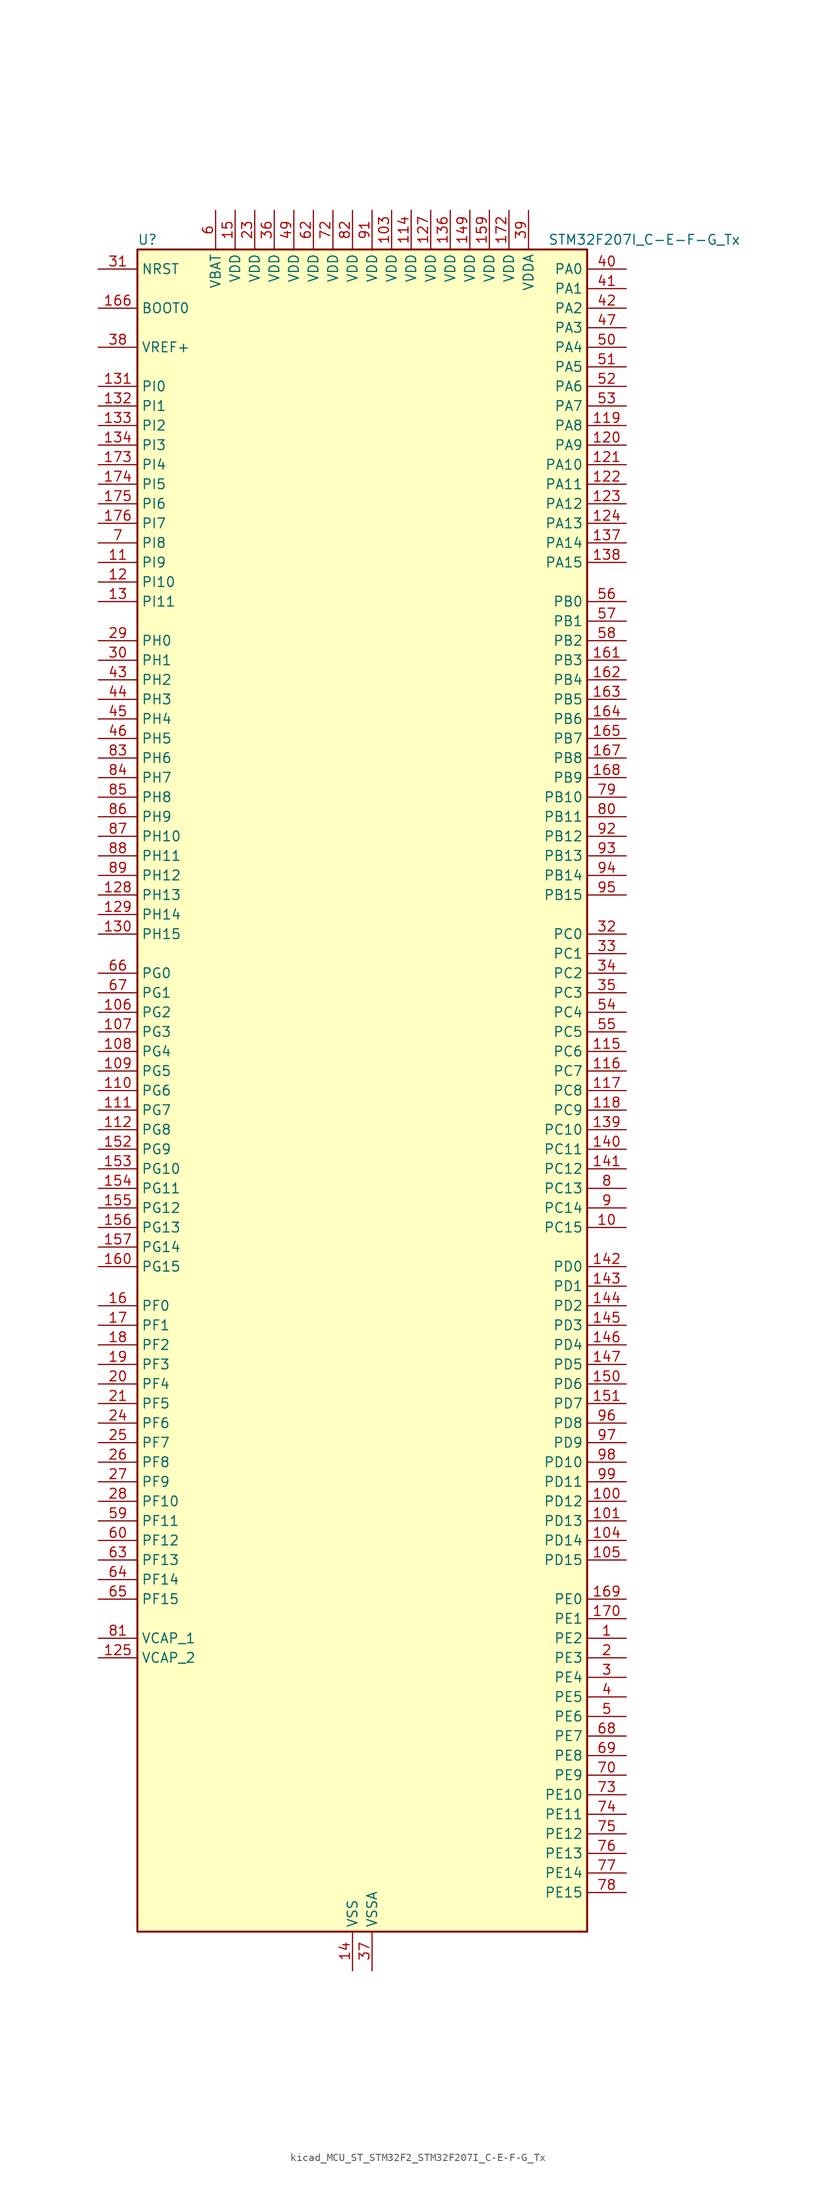
<source format=kicad_sym>
(kicad_symbol_lib
  (version 20220914)
  (generator kicad_symbol_editor)
  (symbol "kicad_MCU_ST_STM32F2_STM32F207I_C-E-F-G_Tx"
    (property "Reference" "U"
      (at -27.94 110.49 0)
      (effects (font (size 1.27 1.27)) (justify left)))
    (property "Value" "STM32F207I_C-E-F-G_Tx"
      (at 25.4 110.49 0)
      (effects (font (size 1.27 1.27)) (justify left)))
    (property "ki_locked" ""
      (at 0 0 0)
      (effects (font (size 1.27 1.27))))
    (symbol "kicad_MCU_ST_STM32F2_STM32F207I_C-E-F-G_Tx_0_1"
      (rectangle (start -27.94 -109.22) (end 30.48 109.22) (stroke (width 0.254) (type default)) (fill (type background))))
    (symbol "kicad_MCU_ST_STM32F2_STM32F207I_C-E-F-G_Tx_1_1"
      (pin bidirectional line (at 35.56 -71.12 180) (length 5.08) (name "PE2" (effects (font (size 1.27 1.27)))) (number "1" (effects (font (size 1.27 1.27)))) (alternate "ETH_TXD3" bidirectional line) (alternate "FSMC_A23" bidirectional line) (alternate "SYS_TRACECLK" bidirectional line))
      (pin bidirectional line (at 35.56 -17.78 180) (length 5.08) (name "PC15" (effects (font (size 1.27 1.27)))) (number "10" (effects (font (size 1.27 1.27)))) (alternate "ADC1_EXTI15" bidirectional line) (alternate "ADC2_EXTI15" bidirectional line) (alternate "ADC3_EXTI15" bidirectional line) (alternate "RCC_OSC32_OUT" bidirectional line))
      (pin bidirectional line (at 35.56 -53.34 180) (length 5.08) (name "PD12" (effects (font (size 1.27 1.27)))) (number "100" (effects (font (size 1.27 1.27)))) (alternate "FSMC_A17" bidirectional line) (alternate "FSMC_ALE" bidirectional line) (alternate "TIM4_CH1" bidirectional line) (alternate "USART3_RTS" bidirectional line))
      (pin bidirectional line (at 35.56 -55.88 180) (length 5.08) (name "PD13" (effects (font (size 1.27 1.27)))) (number "101" (effects (font (size 1.27 1.27)))) (alternate "FSMC_A18" bidirectional line) (alternate "TIM4_CH2" bidirectional line))
      (pin passive line (at 0 -114.3 90) (length 5.08) hide (name "VSS" (effects (font (size 1.27 1.27)))) (number "102" (effects (font (size 1.27 1.27)))))
      (pin power_in line (at 5.08 114.3 270) (length 5.08) (name "VDD" (effects (font (size 1.27 1.27)))) (number "103" (effects (font (size 1.27 1.27)))))
      (pin bidirectional line (at 35.56 -58.42 180) (length 5.08) (name "PD14" (effects (font (size 1.27 1.27)))) (number "104" (effects (font (size 1.27 1.27)))) (alternate "FSMC_D0" bidirectional line) (alternate "FSMC_DA0" bidirectional line) (alternate "TIM4_CH3" bidirectional line))
      (pin bidirectional line (at 35.56 -60.96 180) (length 5.08) (name "PD15" (effects (font (size 1.27 1.27)))) (number "105" (effects (font (size 1.27 1.27)))) (alternate "ADC1_EXTI15" bidirectional line) (alternate "ADC2_EXTI15" bidirectional line) (alternate "ADC3_EXTI15" bidirectional line) (alternate "FSMC_D1" bidirectional line) (alternate "FSMC_DA1" bidirectional line) (alternate "TIM4_CH4" bidirectional line))
      (pin bidirectional line (at -33.02 10.16 0) (length 5.08) (name "PG2" (effects (font (size 1.27 1.27)))) (number "106" (effects (font (size 1.27 1.27)))) (alternate "FSMC_A12" bidirectional line))
      (pin bidirectional line (at -33.02 7.62 0) (length 5.08) (name "PG3" (effects (font (size 1.27 1.27)))) (number "107" (effects (font (size 1.27 1.27)))) (alternate "FSMC_A13" bidirectional line))
      (pin bidirectional line (at -33.02 5.08 0) (length 5.08) (name "PG4" (effects (font (size 1.27 1.27)))) (number "108" (effects (font (size 1.27 1.27)))) (alternate "FSMC_A14" bidirectional line))
      (pin bidirectional line (at -33.02 2.54 0) (length 5.08) (name "PG5" (effects (font (size 1.27 1.27)))) (number "109" (effects (font (size 1.27 1.27)))) (alternate "FSMC_A15" bidirectional line))
      (pin bidirectional line (at -33.02 68.58 0) (length 5.08) (name "PI9" (effects (font (size 1.27 1.27)))) (number "11" (effects (font (size 1.27 1.27)))) (alternate "CAN1_RX" bidirectional line) (alternate "DAC_EXTI9" bidirectional line))
      (pin bidirectional line (at -33.02 0 0) (length 5.08) (name "PG6" (effects (font (size 1.27 1.27)))) (number "110" (effects (font (size 1.27 1.27)))) (alternate "FSMC_INT2" bidirectional line))
      (pin bidirectional line (at -33.02 -2.54 0) (length 5.08) (name "PG7" (effects (font (size 1.27 1.27)))) (number "111" (effects (font (size 1.27 1.27)))) (alternate "FSMC_INT3" bidirectional line) (alternate "USART6_CK" bidirectional line))
      (pin bidirectional line (at -33.02 -5.08 0) (length 5.08) (name "PG8" (effects (font (size 1.27 1.27)))) (number "112" (effects (font (size 1.27 1.27)))) (alternate "ETH_PPS_OUT" bidirectional line) (alternate "USART6_RTS" bidirectional line))
      (pin passive line (at 0 -114.3 90) (length 5.08) hide (name "VSS" (effects (font (size 1.27 1.27)))) (number "113" (effects (font (size 1.27 1.27)))))
      (pin power_in line (at 7.62 114.3 270) (length 5.08) (name "VDD" (effects (font (size 1.27 1.27)))) (number "114" (effects (font (size 1.27 1.27)))))
      (pin bidirectional line (at 35.56 5.08 180) (length 5.08) (name "PC6" (effects (font (size 1.27 1.27)))) (number "115" (effects (font (size 1.27 1.27)))) (alternate "DCMI_D0" bidirectional line) (alternate "I2S2_MCK" bidirectional line) (alternate "SDIO_D6" bidirectional line) (alternate "TIM3_CH1" bidirectional line) (alternate "TIM8_CH1" bidirectional line) (alternate "USART6_TX" bidirectional line))
      (pin bidirectional line (at 35.56 2.54 180) (length 5.08) (name "PC7" (effects (font (size 1.27 1.27)))) (number "116" (effects (font (size 1.27 1.27)))) (alternate "DCMI_D1" bidirectional line) (alternate "I2S3_MCK" bidirectional line) (alternate "SDIO_D7" bidirectional line) (alternate "TIM3_CH2" bidirectional line) (alternate "TIM8_CH2" bidirectional line) (alternate "USART6_RX" bidirectional line))
      (pin bidirectional line (at 35.56 0 180) (length 5.08) (name "PC8" (effects (font (size 1.27 1.27)))) (number "117" (effects (font (size 1.27 1.27)))) (alternate "DCMI_D2" bidirectional line) (alternate "SDIO_D0" bidirectional line) (alternate "TIM3_CH3" bidirectional line) (alternate "TIM8_CH3" bidirectional line) (alternate "USART6_CK" bidirectional line))
      (pin bidirectional line (at 35.56 -2.54 180) (length 5.08) (name "PC9" (effects (font (size 1.27 1.27)))) (number "118" (effects (font (size 1.27 1.27)))) (alternate "DAC_EXTI9" bidirectional line) (alternate "DCMI_D3" bidirectional line) (alternate "I2C3_SDA" bidirectional line) (alternate "I2S_CKIN" bidirectional line) (alternate "RCC_MCO_2" bidirectional line) (alternate "SDIO_D1" bidirectional line) (alternate "TIM3_CH4" bidirectional line) (alternate "TIM8_CH4" bidirectional line))
      (pin bidirectional line (at 35.56 86.36 180) (length 5.08) (name "PA8" (effects (font (size 1.27 1.27)))) (number "119" (effects (font (size 1.27 1.27)))) (alternate "I2C3_SCL" bidirectional line) (alternate "RCC_MCO_1" bidirectional line) (alternate "TIM1_CH1" bidirectional line) (alternate "USART1_CK" bidirectional line) (alternate "USB_OTG_FS_SOF" bidirectional line))
      (pin bidirectional line (at -33.02 66.04 0) (length 5.08) (name "PI10" (effects (font (size 1.27 1.27)))) (number "12" (effects (font (size 1.27 1.27)))) (alternate "ETH_RX_ER" bidirectional line))
      (pin bidirectional line (at 35.56 83.82 180) (length 5.08) (name "PA9" (effects (font (size 1.27 1.27)))) (number "120" (effects (font (size 1.27 1.27)))) (alternate "DAC_EXTI9" bidirectional line) (alternate "DCMI_D0" bidirectional line) (alternate "I2C3_SMBA" bidirectional line) (alternate "TIM1_CH2" bidirectional line) (alternate "USART1_TX" bidirectional line) (alternate "USB_OTG_FS_VBUS" bidirectional line))
      (pin bidirectional line (at 35.56 81.28 180) (length 5.08) (name "PA10" (effects (font (size 1.27 1.27)))) (number "121" (effects (font (size 1.27 1.27)))) (alternate "DCMI_D1" bidirectional line) (alternate "TIM1_CH3" bidirectional line) (alternate "USART1_RX" bidirectional line) (alternate "USB_OTG_FS_ID" bidirectional line))
      (pin bidirectional line (at 35.56 78.74 180) (length 5.08) (name "PA11" (effects (font (size 1.27 1.27)))) (number "122" (effects (font (size 1.27 1.27)))) (alternate "ADC1_EXTI11" bidirectional line) (alternate "ADC2_EXTI11" bidirectional line) (alternate "ADC3_EXTI11" bidirectional line) (alternate "CAN1_RX" bidirectional line) (alternate "TIM1_CH4" bidirectional line) (alternate "USART1_CTS" bidirectional line) (alternate "USB_OTG_FS_DM" bidirectional line))
      (pin bidirectional line (at 35.56 76.2 180) (length 5.08) (name "PA12" (effects (font (size 1.27 1.27)))) (number "123" (effects (font (size 1.27 1.27)))) (alternate "CAN1_TX" bidirectional line) (alternate "TIM1_ETR" bidirectional line) (alternate "USART1_RTS" bidirectional line) (alternate "USB_OTG_FS_DP" bidirectional line))
      (pin bidirectional line (at 35.56 73.66 180) (length 5.08) (name "PA13" (effects (font (size 1.27 1.27)))) (number "124" (effects (font (size 1.27 1.27)))) (alternate "SYS_JTMS-SWDIO" bidirectional line))
      (pin power_out line (at -33.02 -73.66 0) (length 5.08) (name "VCAP_2" (effects (font (size 1.27 1.27)))) (number "125" (effects (font (size 1.27 1.27)))))
      (pin passive line (at 0 -114.3 90) (length 5.08) hide (name "VSS" (effects (font (size 1.27 1.27)))) (number "126" (effects (font (size 1.27 1.27)))))
      (pin power_in line (at 10.16 114.3 270) (length 5.08) (name "VDD" (effects (font (size 1.27 1.27)))) (number "127" (effects (font (size 1.27 1.27)))))
      (pin bidirectional line (at -33.02 25.4 0) (length 5.08) (name "PH13" (effects (font (size 1.27 1.27)))) (number "128" (effects (font (size 1.27 1.27)))) (alternate "CAN1_TX" bidirectional line) (alternate "TIM8_CH1N" bidirectional line))
      (pin bidirectional line (at -33.02 22.86 0) (length 5.08) (name "PH14" (effects (font (size 1.27 1.27)))) (number "129" (effects (font (size 1.27 1.27)))) (alternate "DCMI_D4" bidirectional line) (alternate "TIM8_CH2N" bidirectional line))
      (pin bidirectional line (at -33.02 63.5 0) (length 5.08) (name "PI11" (effects (font (size 1.27 1.27)))) (number "13" (effects (font (size 1.27 1.27)))) (alternate "ADC1_EXTI11" bidirectional line) (alternate "ADC2_EXTI11" bidirectional line) (alternate "ADC3_EXTI11" bidirectional line) (alternate "USB_OTG_HS_ULPI_DIR" bidirectional line))
      (pin bidirectional line (at -33.02 20.32 0) (length 5.08) (name "PH15" (effects (font (size 1.27 1.27)))) (number "130" (effects (font (size 1.27 1.27)))) (alternate "ADC1_EXTI15" bidirectional line) (alternate "ADC2_EXTI15" bidirectional line) (alternate "ADC3_EXTI15" bidirectional line) (alternate "DCMI_D11" bidirectional line) (alternate "TIM8_CH3N" bidirectional line))
      (pin bidirectional line (at -33.02 91.44 0) (length 5.08) (name "PI0" (effects (font (size 1.27 1.27)))) (number "131" (effects (font (size 1.27 1.27)))) (alternate "DCMI_D13" bidirectional line) (alternate "I2S2_WS" bidirectional line) (alternate "SPI2_NSS" bidirectional line) (alternate "TIM5_CH4" bidirectional line))
      (pin bidirectional line (at -33.02 88.9 0) (length 5.08) (name "PI1" (effects (font (size 1.27 1.27)))) (number "132" (effects (font (size 1.27 1.27)))) (alternate "DCMI_D8" bidirectional line) (alternate "I2S2_SCK" bidirectional line) (alternate "SPI2_SCK" bidirectional line))
      (pin bidirectional line (at -33.02 86.36 0) (length 5.08) (name "PI2" (effects (font (size 1.27 1.27)))) (number "133" (effects (font (size 1.27 1.27)))) (alternate "DCMI_D9" bidirectional line) (alternate "SPI2_MISO" bidirectional line) (alternate "TIM8_CH4" bidirectional line))
      (pin bidirectional line (at -33.02 83.82 0) (length 5.08) (name "PI3" (effects (font (size 1.27 1.27)))) (number "134" (effects (font (size 1.27 1.27)))) (alternate "DCMI_D10" bidirectional line) (alternate "I2S2_SD" bidirectional line) (alternate "SPI2_MOSI" bidirectional line) (alternate "TIM8_ETR" bidirectional line))
      (pin passive line (at 0 -114.3 90) (length 5.08) hide (name "VSS" (effects (font (size 1.27 1.27)))) (number "135" (effects (font (size 1.27 1.27)))))
      (pin power_in line (at 12.7 114.3 270) (length 5.08) (name "VDD" (effects (font (size 1.27 1.27)))) (number "136" (effects (font (size 1.27 1.27)))))
      (pin bidirectional line (at 35.56 71.12 180) (length 5.08) (name "PA14" (effects (font (size 1.27 1.27)))) (number "137" (effects (font (size 1.27 1.27)))) (alternate "SYS_JTCK-SWCLK" bidirectional line))
      (pin bidirectional line (at 35.56 68.58 180) (length 5.08) (name "PA15" (effects (font (size 1.27 1.27)))) (number "138" (effects (font (size 1.27 1.27)))) (alternate "ADC1_EXTI15" bidirectional line) (alternate "ADC2_EXTI15" bidirectional line) (alternate "ADC3_EXTI15" bidirectional line) (alternate "I2S3_WS" bidirectional line) (alternate "SPI1_NSS" bidirectional line) (alternate "SPI3_NSS" bidirectional line) (alternate "SYS_JTDI" bidirectional line) (alternate "TIM2_CH1" bidirectional line) (alternate "TIM2_ETR" bidirectional line))
      (pin bidirectional line (at 35.56 -5.08 180) (length 5.08) (name "PC10" (effects (font (size 1.27 1.27)))) (number "139" (effects (font (size 1.27 1.27)))) (alternate "DCMI_D8" bidirectional line) (alternate "I2S3_SCK" bidirectional line) (alternate "SDIO_D2" bidirectional line) (alternate "SPI3_SCK" bidirectional line) (alternate "UART4_TX" bidirectional line) (alternate "USART3_TX" bidirectional line))
      (pin power_in line (at 0 -114.3 90) (length 5.08) (name "VSS" (effects (font (size 1.27 1.27)))) (number "14" (effects (font (size 1.27 1.27)))))
      (pin bidirectional line (at 35.56 -7.62 180) (length 5.08) (name "PC11" (effects (font (size 1.27 1.27)))) (number "140" (effects (font (size 1.27 1.27)))) (alternate "ADC1_EXTI11" bidirectional line) (alternate "ADC2_EXTI11" bidirectional line) (alternate "ADC3_EXTI11" bidirectional line) (alternate "DCMI_D4" bidirectional line) (alternate "SDIO_D3" bidirectional line) (alternate "SPI3_MISO" bidirectional line) (alternate "UART4_RX" bidirectional line) (alternate "USART3_RX" bidirectional line))
      (pin bidirectional line (at 35.56 -10.16 180) (length 5.08) (name "PC12" (effects (font (size 1.27 1.27)))) (number "141" (effects (font (size 1.27 1.27)))) (alternate "DCMI_D9" bidirectional line) (alternate "I2S3_SD" bidirectional line) (alternate "SDIO_CK" bidirectional line) (alternate "SPI3_MOSI" bidirectional line) (alternate "UART5_TX" bidirectional line) (alternate "USART3_CK" bidirectional line))
      (pin bidirectional line (at 35.56 -22.86 180) (length 5.08) (name "PD0" (effects (font (size 1.27 1.27)))) (number "142" (effects (font (size 1.27 1.27)))) (alternate "CAN1_RX" bidirectional line) (alternate "FSMC_D2" bidirectional line) (alternate "FSMC_DA2" bidirectional line))
      (pin bidirectional line (at 35.56 -25.4 180) (length 5.08) (name "PD1" (effects (font (size 1.27 1.27)))) (number "143" (effects (font (size 1.27 1.27)))) (alternate "CAN1_TX" bidirectional line) (alternate "FSMC_D3" bidirectional line) (alternate "FSMC_DA3" bidirectional line))
      (pin bidirectional line (at 35.56 -27.94 180) (length 5.08) (name "PD2" (effects (font (size 1.27 1.27)))) (number "144" (effects (font (size 1.27 1.27)))) (alternate "DCMI_D11" bidirectional line) (alternate "SDIO_CMD" bidirectional line) (alternate "TIM3_ETR" bidirectional line) (alternate "UART5_RX" bidirectional line))
      (pin bidirectional line (at 35.56 -30.48 180) (length 5.08) (name "PD3" (effects (font (size 1.27 1.27)))) (number "145" (effects (font (size 1.27 1.27)))) (alternate "FSMC_CLK" bidirectional line) (alternate "USART2_CTS" bidirectional line))
      (pin bidirectional line (at 35.56 -33.02 180) (length 5.08) (name "PD4" (effects (font (size 1.27 1.27)))) (number "146" (effects (font (size 1.27 1.27)))) (alternate "FSMC_NOE" bidirectional line) (alternate "USART2_RTS" bidirectional line))
      (pin bidirectional line (at 35.56 -35.56 180) (length 5.08) (name "PD5" (effects (font (size 1.27 1.27)))) (number "147" (effects (font (size 1.27 1.27)))) (alternate "FSMC_NWE" bidirectional line) (alternate "USART2_TX" bidirectional line))
      (pin passive line (at 0 -114.3 90) (length 5.08) hide (name "VSS" (effects (font (size 1.27 1.27)))) (number "148" (effects (font (size 1.27 1.27)))))
      (pin power_in line (at 15.24 114.3 270) (length 5.08) (name "VDD" (effects (font (size 1.27 1.27)))) (number "149" (effects (font (size 1.27 1.27)))))
      (pin power_in line (at -15.24 114.3 270) (length 5.08) (name "VDD" (effects (font (size 1.27 1.27)))) (number "15" (effects (font (size 1.27 1.27)))))
      (pin bidirectional line (at 35.56 -38.1 180) (length 5.08) (name "PD6" (effects (font (size 1.27 1.27)))) (number "150" (effects (font (size 1.27 1.27)))) (alternate "FSMC_NWAIT" bidirectional line) (alternate "USART2_RX" bidirectional line))
      (pin bidirectional line (at 35.56 -40.64 180) (length 5.08) (name "PD7" (effects (font (size 1.27 1.27)))) (number "151" (effects (font (size 1.27 1.27)))) (alternate "FSMC_NCE2" bidirectional line) (alternate "FSMC_NE1" bidirectional line) (alternate "USART2_CK" bidirectional line))
      (pin bidirectional line (at -33.02 -7.62 0) (length 5.08) (name "PG9" (effects (font (size 1.27 1.27)))) (number "152" (effects (font (size 1.27 1.27)))) (alternate "DAC_EXTI9" bidirectional line) (alternate "FSMC_NCE3" bidirectional line) (alternate "FSMC_NE2" bidirectional line) (alternate "USART6_RX" bidirectional line))
      (pin bidirectional line (at -33.02 -10.16 0) (length 5.08) (name "PG10" (effects (font (size 1.27 1.27)))) (number "153" (effects (font (size 1.27 1.27)))) (alternate "FSMC_NCE4_1" bidirectional line) (alternate "FSMC_NE3" bidirectional line))
      (pin bidirectional line (at -33.02 -12.7 0) (length 5.08) (name "PG11" (effects (font (size 1.27 1.27)))) (number "154" (effects (font (size 1.27 1.27)))) (alternate "ADC1_EXTI11" bidirectional line) (alternate "ADC2_EXTI11" bidirectional line) (alternate "ADC3_EXTI11" bidirectional line) (alternate "ETH_TX_EN" bidirectional line) (alternate "FSMC_NCE4_2" bidirectional line))
      (pin bidirectional line (at -33.02 -15.24 0) (length 5.08) (name "PG12" (effects (font (size 1.27 1.27)))) (number "155" (effects (font (size 1.27 1.27)))) (alternate "FSMC_NE4" bidirectional line) (alternate "USART6_RTS" bidirectional line))
      (pin bidirectional line (at -33.02 -17.78 0) (length 5.08) (name "PG13" (effects (font (size 1.27 1.27)))) (number "156" (effects (font (size 1.27 1.27)))) (alternate "ETH_TXD0" bidirectional line) (alternate "FSMC_A24" bidirectional line) (alternate "USART6_CTS" bidirectional line))
      (pin bidirectional line (at -33.02 -20.32 0) (length 5.08) (name "PG14" (effects (font (size 1.27 1.27)))) (number "157" (effects (font (size 1.27 1.27)))) (alternate "ETH_TXD1" bidirectional line) (alternate "FSMC_A25" bidirectional line) (alternate "USART6_TX" bidirectional line))
      (pin passive line (at 0 -114.3 90) (length 5.08) hide (name "VSS" (effects (font (size 1.27 1.27)))) (number "158" (effects (font (size 1.27 1.27)))))
      (pin power_in line (at 17.78 114.3 270) (length 5.08) (name "VDD" (effects (font (size 1.27 1.27)))) (number "159" (effects (font (size 1.27 1.27)))))
      (pin bidirectional line (at -33.02 -27.94 0) (length 5.08) (name "PF0" (effects (font (size 1.27 1.27)))) (number "16" (effects (font (size 1.27 1.27)))) (alternate "FSMC_A0" bidirectional line) (alternate "I2C2_SDA" bidirectional line))
      (pin bidirectional line (at -33.02 -22.86 0) (length 5.08) (name "PG15" (effects (font (size 1.27 1.27)))) (number "160" (effects (font (size 1.27 1.27)))) (alternate "ADC1_EXTI15" bidirectional line) (alternate "ADC2_EXTI15" bidirectional line) (alternate "ADC3_EXTI15" bidirectional line) (alternate "DCMI_D13" bidirectional line) (alternate "USART6_CTS" bidirectional line))
      (pin bidirectional line (at 35.56 55.88 180) (length 5.08) (name "PB3" (effects (font (size 1.27 1.27)))) (number "161" (effects (font (size 1.27 1.27)))) (alternate "I2S3_SCK" bidirectional line) (alternate "SPI1_SCK" bidirectional line) (alternate "SPI3_SCK" bidirectional line) (alternate "SYS_JTDO-SWO" bidirectional line) (alternate "TIM2_CH2" bidirectional line))
      (pin bidirectional line (at 35.56 53.34 180) (length 5.08) (name "PB4" (effects (font (size 1.27 1.27)))) (number "162" (effects (font (size 1.27 1.27)))) (alternate "SPI1_MISO" bidirectional line) (alternate "SPI3_MISO" bidirectional line) (alternate "SYS_JTRST" bidirectional line) (alternate "TIM3_CH1" bidirectional line))
      (pin bidirectional line (at 35.56 50.8 180) (length 5.08) (name "PB5" (effects (font (size 1.27 1.27)))) (number "163" (effects (font (size 1.27 1.27)))) (alternate "CAN2_RX" bidirectional line) (alternate "DCMI_D10" bidirectional line) (alternate "ETH_PPS_OUT" bidirectional line) (alternate "I2C1_SMBA" bidirectional line) (alternate "I2S3_SD" bidirectional line) (alternate "SPI1_MOSI" bidirectional line) (alternate "SPI3_MOSI" bidirectional line) (alternate "TIM3_CH2" bidirectional line) (alternate "USB_OTG_HS_ULPI_D7" bidirectional line))
      (pin bidirectional line (at 35.56 48.26 180) (length 5.08) (name "PB6" (effects (font (size 1.27 1.27)))) (number "164" (effects (font (size 1.27 1.27)))) (alternate "CAN2_TX" bidirectional line) (alternate "DCMI_D5" bidirectional line) (alternate "I2C1_SCL" bidirectional line) (alternate "TIM4_CH1" bidirectional line) (alternate "USART1_TX" bidirectional line))
      (pin bidirectional line (at 35.56 45.72 180) (length 5.08) (name "PB7" (effects (font (size 1.27 1.27)))) (number "165" (effects (font (size 1.27 1.27)))) (alternate "DCMI_VSYNC" bidirectional line) (alternate "FSMC_NL" bidirectional line) (alternate "I2C1_SDA" bidirectional line) (alternate "TIM4_CH2" bidirectional line) (alternate "USART1_RX" bidirectional line))
      (pin input line (at -33.02 101.6 0) (length 5.08) (name "BOOT0" (effects (font (size 1.27 1.27)))) (number "166" (effects (font (size 1.27 1.27)))))
      (pin bidirectional line (at 35.56 43.18 180) (length 5.08) (name "PB8" (effects (font (size 1.27 1.27)))) (number "167" (effects (font (size 1.27 1.27)))) (alternate "CAN1_RX" bidirectional line) (alternate "DCMI_D6" bidirectional line) (alternate "ETH_TXD3" bidirectional line) (alternate "I2C1_SCL" bidirectional line) (alternate "SDIO_D4" bidirectional line) (alternate "TIM10_CH1" bidirectional line) (alternate "TIM4_CH3" bidirectional line))
      (pin bidirectional line (at 35.56 40.64 180) (length 5.08) (name "PB9" (effects (font (size 1.27 1.27)))) (number "168" (effects (font (size 1.27 1.27)))) (alternate "CAN1_TX" bidirectional line) (alternate "DAC_EXTI9" bidirectional line) (alternate "DCMI_D7" bidirectional line) (alternate "I2C1_SDA" bidirectional line) (alternate "I2S2_WS" bidirectional line) (alternate "SDIO_D5" bidirectional line) (alternate "SPI2_NSS" bidirectional line) (alternate "TIM11_CH1" bidirectional line) (alternate "TIM4_CH4" bidirectional line))
      (pin bidirectional line (at 35.56 -66.04 180) (length 5.08) (name "PE0" (effects (font (size 1.27 1.27)))) (number "169" (effects (font (size 1.27 1.27)))) (alternate "DCMI_D2" bidirectional line) (alternate "FSMC_NBL0" bidirectional line) (alternate "TIM4_ETR" bidirectional line))
      (pin bidirectional line (at -33.02 -30.48 0) (length 5.08) (name "PF1" (effects (font (size 1.27 1.27)))) (number "17" (effects (font (size 1.27 1.27)))) (alternate "FSMC_A1" bidirectional line) (alternate "I2C2_SCL" bidirectional line))
      (pin bidirectional line (at 35.56 -68.58 180) (length 5.08) (name "PE1" (effects (font (size 1.27 1.27)))) (number "170" (effects (font (size 1.27 1.27)))) (alternate "DCMI_D3" bidirectional line) (alternate "FSMC_NBL1" bidirectional line))
      (pin no_connect line (at -27.94 -109.22 0) (length 5.08) hide (name "RFU" (effects (font (size 1.27 1.27)))) (number "171" (effects (font (size 1.27 1.27)))))
      (pin power_in line (at 20.32 114.3 270) (length 5.08) (name "VDD" (effects (font (size 1.27 1.27)))) (number "172" (effects (font (size 1.27 1.27)))))
      (pin bidirectional line (at -33.02 81.28 0) (length 5.08) (name "PI4" (effects (font (size 1.27 1.27)))) (number "173" (effects (font (size 1.27 1.27)))) (alternate "DCMI_D5" bidirectional line) (alternate "TIM8_BKIN" bidirectional line))
      (pin bidirectional line (at -33.02 78.74 0) (length 5.08) (name "PI5" (effects (font (size 1.27 1.27)))) (number "174" (effects (font (size 1.27 1.27)))) (alternate "DCMI_VSYNC" bidirectional line) (alternate "TIM8_CH1" bidirectional line))
      (pin bidirectional line (at -33.02 76.2 0) (length 5.08) (name "PI6" (effects (font (size 1.27 1.27)))) (number "175" (effects (font (size 1.27 1.27)))) (alternate "DCMI_D6" bidirectional line) (alternate "TIM8_CH2" bidirectional line))
      (pin bidirectional line (at -33.02 73.66 0) (length 5.08) (name "PI7" (effects (font (size 1.27 1.27)))) (number "176" (effects (font (size 1.27 1.27)))) (alternate "DCMI_D7" bidirectional line) (alternate "TIM8_CH3" bidirectional line))
      (pin bidirectional line (at -33.02 -33.02 0) (length 5.08) (name "PF2" (effects (font (size 1.27 1.27)))) (number "18" (effects (font (size 1.27 1.27)))) (alternate "FSMC_A2" bidirectional line) (alternate "I2C2_SMBA" bidirectional line))
      (pin bidirectional line (at -33.02 -35.56 0) (length 5.08) (name "PF3" (effects (font (size 1.27 1.27)))) (number "19" (effects (font (size 1.27 1.27)))) (alternate "ADC3_IN9" bidirectional line) (alternate "FSMC_A3" bidirectional line))
      (pin bidirectional line (at 35.56 -73.66 180) (length 5.08) (name "PE3" (effects (font (size 1.27 1.27)))) (number "2" (effects (font (size 1.27 1.27)))) (alternate "FSMC_A19" bidirectional line) (alternate "SYS_TRACED0" bidirectional line))
      (pin bidirectional line (at -33.02 -38.1 0) (length 5.08) (name "PF4" (effects (font (size 1.27 1.27)))) (number "20" (effects (font (size 1.27 1.27)))) (alternate "ADC3_IN14" bidirectional line) (alternate "FSMC_A4" bidirectional line))
      (pin bidirectional line (at -33.02 -40.64 0) (length 5.08) (name "PF5" (effects (font (size 1.27 1.27)))) (number "21" (effects (font (size 1.27 1.27)))) (alternate "ADC3_IN15" bidirectional line) (alternate "FSMC_A5" bidirectional line))
      (pin passive line (at 0 -114.3 90) (length 5.08) hide (name "VSS" (effects (font (size 1.27 1.27)))) (number "22" (effects (font (size 1.27 1.27)))))
      (pin power_in line (at -12.7 114.3 270) (length 5.08) (name "VDD" (effects (font (size 1.27 1.27)))) (number "23" (effects (font (size 1.27 1.27)))))
      (pin bidirectional line (at -33.02 -43.18 0) (length 5.08) (name "PF6" (effects (font (size 1.27 1.27)))) (number "24" (effects (font (size 1.27 1.27)))) (alternate "ADC3_IN4" bidirectional line) (alternate "FSMC_NIORD" bidirectional line) (alternate "TIM10_CH1" bidirectional line))
      (pin bidirectional line (at -33.02 -45.72 0) (length 5.08) (name "PF7" (effects (font (size 1.27 1.27)))) (number "25" (effects (font (size 1.27 1.27)))) (alternate "ADC3_IN5" bidirectional line) (alternate "FSMC_NREG" bidirectional line) (alternate "TIM11_CH1" bidirectional line))
      (pin bidirectional line (at -33.02 -48.26 0) (length 5.08) (name "PF8" (effects (font (size 1.27 1.27)))) (number "26" (effects (font (size 1.27 1.27)))) (alternate "ADC3_IN6" bidirectional line) (alternate "FSMC_NIOWR" bidirectional line) (alternate "TIM13_CH1" bidirectional line))
      (pin bidirectional line (at -33.02 -50.8 0) (length 5.08) (name "PF9" (effects (font (size 1.27 1.27)))) (number "27" (effects (font (size 1.27 1.27)))) (alternate "ADC3_IN7" bidirectional line) (alternate "DAC_EXTI9" bidirectional line) (alternate "FSMC_CD" bidirectional line) (alternate "TIM14_CH1" bidirectional line))
      (pin bidirectional line (at -33.02 -53.34 0) (length 5.08) (name "PF10" (effects (font (size 1.27 1.27)))) (number "28" (effects (font (size 1.27 1.27)))) (alternate "ADC3_IN8" bidirectional line) (alternate "FSMC_INTR" bidirectional line))
      (pin bidirectional line (at -33.02 58.42 0) (length 5.08) (name "PH0" (effects (font (size 1.27 1.27)))) (number "29" (effects (font (size 1.27 1.27)))) (alternate "RCC_OSC_IN" bidirectional line))
      (pin bidirectional line (at 35.56 -76.2 180) (length 5.08) (name "PE4" (effects (font (size 1.27 1.27)))) (number "3" (effects (font (size 1.27 1.27)))) (alternate "DCMI_D4" bidirectional line) (alternate "FSMC_A20" bidirectional line) (alternate "SYS_TRACED1" bidirectional line))
      (pin bidirectional line (at -33.02 55.88 0) (length 5.08) (name "PH1" (effects (font (size 1.27 1.27)))) (number "30" (effects (font (size 1.27 1.27)))) (alternate "RCC_OSC_OUT" bidirectional line))
      (pin input line (at -33.02 106.68 0) (length 5.08) (name "NRST" (effects (font (size 1.27 1.27)))) (number "31" (effects (font (size 1.27 1.27)))))
      (pin bidirectional line (at 35.56 20.32 180) (length 5.08) (name "PC0" (effects (font (size 1.27 1.27)))) (number "32" (effects (font (size 1.27 1.27)))) (alternate "ADC1_IN10" bidirectional line) (alternate "ADC2_IN10" bidirectional line) (alternate "ADC3_IN10" bidirectional line) (alternate "USB_OTG_HS_ULPI_STP" bidirectional line))
      (pin bidirectional line (at 35.56 17.78 180) (length 5.08) (name "PC1" (effects (font (size 1.27 1.27)))) (number "33" (effects (font (size 1.27 1.27)))) (alternate "ADC1_IN11" bidirectional line) (alternate "ADC2_IN11" bidirectional line) (alternate "ADC3_IN11" bidirectional line) (alternate "ETH_MDC" bidirectional line))
      (pin bidirectional line (at 35.56 15.24 180) (length 5.08) (name "PC2" (effects (font (size 1.27 1.27)))) (number "34" (effects (font (size 1.27 1.27)))) (alternate "ADC1_IN12" bidirectional line) (alternate "ADC2_IN12" bidirectional line) (alternate "ADC3_IN12" bidirectional line) (alternate "ETH_TXD2" bidirectional line) (alternate "SPI2_MISO" bidirectional line) (alternate "USB_OTG_HS_ULPI_DIR" bidirectional line))
      (pin bidirectional line (at 35.56 12.7 180) (length 5.08) (name "PC3" (effects (font (size 1.27 1.27)))) (number "35" (effects (font (size 1.27 1.27)))) (alternate "ADC1_IN13" bidirectional line) (alternate "ADC2_IN13" bidirectional line) (alternate "ADC3_IN13" bidirectional line) (alternate "ETH_TX_CLK" bidirectional line) (alternate "I2S2_SD" bidirectional line) (alternate "SPI2_MOSI" bidirectional line) (alternate "USB_OTG_HS_ULPI_NXT" bidirectional line))
      (pin power_in line (at -10.16 114.3 270) (length 5.08) (name "VDD" (effects (font (size 1.27 1.27)))) (number "36" (effects (font (size 1.27 1.27)))))
      (pin power_in line (at 2.54 -114.3 90) (length 5.08) (name "VSSA" (effects (font (size 1.27 1.27)))) (number "37" (effects (font (size 1.27 1.27)))))
      (pin input line (at -33.02 96.52 0) (length 5.08) (name "VREF+" (effects (font (size 1.27 1.27)))) (number "38" (effects (font (size 1.27 1.27)))))
      (pin power_in line (at 22.86 114.3 270) (length 5.08) (name "VDDA" (effects (font (size 1.27 1.27)))) (number "39" (effects (font (size 1.27 1.27)))))
      (pin bidirectional line (at 35.56 -78.74 180) (length 5.08) (name "PE5" (effects (font (size 1.27 1.27)))) (number "4" (effects (font (size 1.27 1.27)))) (alternate "DCMI_D6" bidirectional line) (alternate "FSMC_A21" bidirectional line) (alternate "SYS_TRACED2" bidirectional line) (alternate "TIM9_CH1" bidirectional line))
      (pin bidirectional line (at 35.56 106.68 180) (length 5.08) (name "PA0" (effects (font (size 1.27 1.27)))) (number "40" (effects (font (size 1.27 1.27)))) (alternate "ADC1_IN0" bidirectional line) (alternate "ADC2_IN0" bidirectional line) (alternate "ADC3_IN0" bidirectional line) (alternate "ETH_CRS" bidirectional line) (alternate "SYS_WKUP" bidirectional line) (alternate "TIM2_CH1" bidirectional line) (alternate "TIM2_ETR" bidirectional line) (alternate "TIM5_CH1" bidirectional line) (alternate "TIM8_ETR" bidirectional line) (alternate "UART4_TX" bidirectional line) (alternate "USART2_CTS" bidirectional line))
      (pin bidirectional line (at 35.56 104.14 180) (length 5.08) (name "PA1" (effects (font (size 1.27 1.27)))) (number "41" (effects (font (size 1.27 1.27)))) (alternate "ADC1_IN1" bidirectional line) (alternate "ADC2_IN1" bidirectional line) (alternate "ADC3_IN1" bidirectional line) (alternate "ETH_REF_CLK" bidirectional line) (alternate "ETH_RX_CLK" bidirectional line) (alternate "TIM2_CH2" bidirectional line) (alternate "TIM5_CH2" bidirectional line) (alternate "UART4_RX" bidirectional line) (alternate "USART2_RTS" bidirectional line))
      (pin bidirectional line (at 35.56 101.6 180) (length 5.08) (name "PA2" (effects (font (size 1.27 1.27)))) (number "42" (effects (font (size 1.27 1.27)))) (alternate "ADC1_IN2" bidirectional line) (alternate "ADC2_IN2" bidirectional line) (alternate "ADC3_IN2" bidirectional line) (alternate "ETH_MDIO" bidirectional line) (alternate "TIM2_CH3" bidirectional line) (alternate "TIM5_CH3" bidirectional line) (alternate "TIM9_CH1" bidirectional line) (alternate "USART2_TX" bidirectional line))
      (pin bidirectional line (at -33.02 53.34 0) (length 5.08) (name "PH2" (effects (font (size 1.27 1.27)))) (number "43" (effects (font (size 1.27 1.27)))) (alternate "ETH_CRS" bidirectional line))
      (pin bidirectional line (at -33.02 50.8 0) (length 5.08) (name "PH3" (effects (font (size 1.27 1.27)))) (number "44" (effects (font (size 1.27 1.27)))) (alternate "ETH_COL" bidirectional line))
      (pin bidirectional line (at -33.02 48.26 0) (length 5.08) (name "PH4" (effects (font (size 1.27 1.27)))) (number "45" (effects (font (size 1.27 1.27)))) (alternate "I2C2_SCL" bidirectional line) (alternate "USB_OTG_HS_ULPI_NXT" bidirectional line))
      (pin bidirectional line (at -33.02 45.72 0) (length 5.08) (name "PH5" (effects (font (size 1.27 1.27)))) (number "46" (effects (font (size 1.27 1.27)))) (alternate "I2C2_SDA" bidirectional line))
      (pin bidirectional line (at 35.56 99.06 180) (length 5.08) (name "PA3" (effects (font (size 1.27 1.27)))) (number "47" (effects (font (size 1.27 1.27)))) (alternate "ADC1_IN3" bidirectional line) (alternate "ADC2_IN3" bidirectional line) (alternate "ADC3_IN3" bidirectional line) (alternate "ETH_COL" bidirectional line) (alternate "TIM2_CH4" bidirectional line) (alternate "TIM5_CH4" bidirectional line) (alternate "TIM9_CH2" bidirectional line) (alternate "USART2_RX" bidirectional line) (alternate "USB_OTG_HS_ULPI_D0" bidirectional line))
      (pin passive line (at 0 -114.3 90) (length 5.08) hide (name "VSS" (effects (font (size 1.27 1.27)))) (number "48" (effects (font (size 1.27 1.27)))))
      (pin power_in line (at -7.62 114.3 270) (length 5.08) (name "VDD" (effects (font (size 1.27 1.27)))) (number "49" (effects (font (size 1.27 1.27)))))
      (pin bidirectional line (at 35.56 -81.28 180) (length 5.08) (name "PE6" (effects (font (size 1.27 1.27)))) (number "5" (effects (font (size 1.27 1.27)))) (alternate "DCMI_D7" bidirectional line) (alternate "FSMC_A22" bidirectional line) (alternate "SYS_TRACED3" bidirectional line) (alternate "TIM9_CH2" bidirectional line))
      (pin bidirectional line (at 35.56 96.52 180) (length 5.08) (name "PA4" (effects (font (size 1.27 1.27)))) (number "50" (effects (font (size 1.27 1.27)))) (alternate "ADC1_IN4" bidirectional line) (alternate "ADC2_IN4" bidirectional line) (alternate "DAC_OUT1" bidirectional line) (alternate "DCMI_HSYNC" bidirectional line) (alternate "I2S3_WS" bidirectional line) (alternate "SPI1_NSS" bidirectional line) (alternate "SPI3_NSS" bidirectional line) (alternate "USART2_CK" bidirectional line) (alternate "USB_OTG_HS_SOF" bidirectional line))
      (pin bidirectional line (at 35.56 93.98 180) (length 5.08) (name "PA5" (effects (font (size 1.27 1.27)))) (number "51" (effects (font (size 1.27 1.27)))) (alternate "ADC1_IN5" bidirectional line) (alternate "ADC2_IN5" bidirectional line) (alternate "DAC_OUT2" bidirectional line) (alternate "SPI1_SCK" bidirectional line) (alternate "TIM2_CH1" bidirectional line) (alternate "TIM2_ETR" bidirectional line) (alternate "TIM8_CH1N" bidirectional line) (alternate "USB_OTG_HS_ULPI_CK" bidirectional line))
      (pin bidirectional line (at 35.56 91.44 180) (length 5.08) (name "PA6" (effects (font (size 1.27 1.27)))) (number "52" (effects (font (size 1.27 1.27)))) (alternate "ADC1_IN6" bidirectional line) (alternate "ADC2_IN6" bidirectional line) (alternate "DCMI_PIXCLK" bidirectional line) (alternate "SPI1_MISO" bidirectional line) (alternate "TIM13_CH1" bidirectional line) (alternate "TIM1_BKIN" bidirectional line) (alternate "TIM3_CH1" bidirectional line) (alternate "TIM8_BKIN" bidirectional line))
      (pin bidirectional line (at 35.56 88.9 180) (length 5.08) (name "PA7" (effects (font (size 1.27 1.27)))) (number "53" (effects (font (size 1.27 1.27)))) (alternate "ADC1_IN7" bidirectional line) (alternate "ADC2_IN7" bidirectional line) (alternate "ETH_CRS_DV" bidirectional line) (alternate "ETH_RX_DV" bidirectional line) (alternate "SPI1_MOSI" bidirectional line) (alternate "TIM14_CH1" bidirectional line) (alternate "TIM1_CH1N" bidirectional line) (alternate "TIM3_CH2" bidirectional line) (alternate "TIM8_CH1N" bidirectional line))
      (pin bidirectional line (at 35.56 10.16 180) (length 5.08) (name "PC4" (effects (font (size 1.27 1.27)))) (number "54" (effects (font (size 1.27 1.27)))) (alternate "ADC1_IN14" bidirectional line) (alternate "ADC2_IN14" bidirectional line) (alternate "ETH_RXD0" bidirectional line))
      (pin bidirectional line (at 35.56 7.62 180) (length 5.08) (name "PC5" (effects (font (size 1.27 1.27)))) (number "55" (effects (font (size 1.27 1.27)))) (alternate "ADC1_IN15" bidirectional line) (alternate "ADC2_IN15" bidirectional line) (alternate "ETH_RXD1" bidirectional line))
      (pin bidirectional line (at 35.56 63.5 180) (length 5.08) (name "PB0" (effects (font (size 1.27 1.27)))) (number "56" (effects (font (size 1.27 1.27)))) (alternate "ADC1_IN8" bidirectional line) (alternate "ADC2_IN8" bidirectional line) (alternate "ETH_RXD2" bidirectional line) (alternate "TIM1_CH2N" bidirectional line) (alternate "TIM3_CH3" bidirectional line) (alternate "TIM8_CH2N" bidirectional line) (alternate "USB_OTG_HS_ULPI_D1" bidirectional line))
      (pin bidirectional line (at 35.56 60.96 180) (length 5.08) (name "PB1" (effects (font (size 1.27 1.27)))) (number "57" (effects (font (size 1.27 1.27)))) (alternate "ADC1_IN9" bidirectional line) (alternate "ADC2_IN9" bidirectional line) (alternate "ETH_RXD3" bidirectional line) (alternate "TIM1_CH3N" bidirectional line) (alternate "TIM3_CH4" bidirectional line) (alternate "TIM8_CH3N" bidirectional line) (alternate "USB_OTG_HS_ULPI_D2" bidirectional line))
      (pin bidirectional line (at 35.56 58.42 180) (length 5.08) (name "PB2" (effects (font (size 1.27 1.27)))) (number "58" (effects (font (size 1.27 1.27)))))
      (pin bidirectional line (at -33.02 -55.88 0) (length 5.08) (name "PF11" (effects (font (size 1.27 1.27)))) (number "59" (effects (font (size 1.27 1.27)))) (alternate "ADC1_EXTI11" bidirectional line) (alternate "ADC2_EXTI11" bidirectional line) (alternate "ADC3_EXTI11" bidirectional line) (alternate "DCMI_D12" bidirectional line))
      (pin power_in line (at -17.78 114.3 270) (length 5.08) (name "VBAT" (effects (font (size 1.27 1.27)))) (number "6" (effects (font (size 1.27 1.27)))))
      (pin bidirectional line (at -33.02 -58.42 0) (length 5.08) (name "PF12" (effects (font (size 1.27 1.27)))) (number "60" (effects (font (size 1.27 1.27)))) (alternate "FSMC_A6" bidirectional line))
      (pin passive line (at 0 -114.3 90) (length 5.08) hide (name "VSS" (effects (font (size 1.27 1.27)))) (number "61" (effects (font (size 1.27 1.27)))))
      (pin power_in line (at -5.08 114.3 270) (length 5.08) (name "VDD" (effects (font (size 1.27 1.27)))) (number "62" (effects (font (size 1.27 1.27)))))
      (pin bidirectional line (at -33.02 -60.96 0) (length 5.08) (name "PF13" (effects (font (size 1.27 1.27)))) (number "63" (effects (font (size 1.27 1.27)))) (alternate "FSMC_A7" bidirectional line))
      (pin bidirectional line (at -33.02 -63.5 0) (length 5.08) (name "PF14" (effects (font (size 1.27 1.27)))) (number "64" (effects (font (size 1.27 1.27)))) (alternate "FSMC_A8" bidirectional line))
      (pin bidirectional line (at -33.02 -66.04 0) (length 5.08) (name "PF15" (effects (font (size 1.27 1.27)))) (number "65" (effects (font (size 1.27 1.27)))) (alternate "ADC1_EXTI15" bidirectional line) (alternate "ADC2_EXTI15" bidirectional line) (alternate "ADC3_EXTI15" bidirectional line) (alternate "FSMC_A9" bidirectional line))
      (pin bidirectional line (at -33.02 15.24 0) (length 5.08) (name "PG0" (effects (font (size 1.27 1.27)))) (number "66" (effects (font (size 1.27 1.27)))) (alternate "FSMC_A10" bidirectional line))
      (pin bidirectional line (at -33.02 12.7 0) (length 5.08) (name "PG1" (effects (font (size 1.27 1.27)))) (number "67" (effects (font (size 1.27 1.27)))) (alternate "FSMC_A11" bidirectional line))
      (pin bidirectional line (at 35.56 -83.82 180) (length 5.08) (name "PE7" (effects (font (size 1.27 1.27)))) (number "68" (effects (font (size 1.27 1.27)))) (alternate "FSMC_D4" bidirectional line) (alternate "FSMC_DA4" bidirectional line) (alternate "TIM1_ETR" bidirectional line))
      (pin bidirectional line (at 35.56 -86.36 180) (length 5.08) (name "PE8" (effects (font (size 1.27 1.27)))) (number "69" (effects (font (size 1.27 1.27)))) (alternate "FSMC_D5" bidirectional line) (alternate "FSMC_DA5" bidirectional line) (alternate "TIM1_CH1N" bidirectional line))
      (pin bidirectional line (at -33.02 71.12 0) (length 5.08) (name "PI8" (effects (font (size 1.27 1.27)))) (number "7" (effects (font (size 1.27 1.27)))) (alternate "RTC_AF2" bidirectional line))
      (pin bidirectional line (at 35.56 -88.9 180) (length 5.08) (name "PE9" (effects (font (size 1.27 1.27)))) (number "70" (effects (font (size 1.27 1.27)))) (alternate "DAC_EXTI9" bidirectional line) (alternate "FSMC_D6" bidirectional line) (alternate "FSMC_DA6" bidirectional line) (alternate "TIM1_CH1" bidirectional line))
      (pin passive line (at 0 -114.3 90) (length 5.08) hide (name "VSS" (effects (font (size 1.27 1.27)))) (number "71" (effects (font (size 1.27 1.27)))))
      (pin power_in line (at -2.54 114.3 270) (length 5.08) (name "VDD" (effects (font (size 1.27 1.27)))) (number "72" (effects (font (size 1.27 1.27)))))
      (pin bidirectional line (at 35.56 -91.44 180) (length 5.08) (name "PE10" (effects (font (size 1.27 1.27)))) (number "73" (effects (font (size 1.27 1.27)))) (alternate "FSMC_D7" bidirectional line) (alternate "FSMC_DA7" bidirectional line) (alternate "TIM1_CH2N" bidirectional line))
      (pin bidirectional line (at 35.56 -93.98 180) (length 5.08) (name "PE11" (effects (font (size 1.27 1.27)))) (number "74" (effects (font (size 1.27 1.27)))) (alternate "ADC1_EXTI11" bidirectional line) (alternate "ADC2_EXTI11" bidirectional line) (alternate "ADC3_EXTI11" bidirectional line) (alternate "FSMC_D8" bidirectional line) (alternate "FSMC_DA8" bidirectional line) (alternate "TIM1_CH2" bidirectional line))
      (pin bidirectional line (at 35.56 -96.52 180) (length 5.08) (name "PE12" (effects (font (size 1.27 1.27)))) (number "75" (effects (font (size 1.27 1.27)))) (alternate "FSMC_D9" bidirectional line) (alternate "FSMC_DA9" bidirectional line) (alternate "TIM1_CH3N" bidirectional line))
      (pin bidirectional line (at 35.56 -99.06 180) (length 5.08) (name "PE13" (effects (font (size 1.27 1.27)))) (number "76" (effects (font (size 1.27 1.27)))) (alternate "FSMC_D10" bidirectional line) (alternate "FSMC_DA10" bidirectional line) (alternate "TIM1_CH3" bidirectional line))
      (pin bidirectional line (at 35.56 -101.6 180) (length 5.08) (name "PE14" (effects (font (size 1.27 1.27)))) (number "77" (effects (font (size 1.27 1.27)))) (alternate "FSMC_D11" bidirectional line) (alternate "FSMC_DA11" bidirectional line) (alternate "TIM1_CH4" bidirectional line))
      (pin bidirectional line (at 35.56 -104.14 180) (length 5.08) (name "PE15" (effects (font (size 1.27 1.27)))) (number "78" (effects (font (size 1.27 1.27)))) (alternate "ADC1_EXTI15" bidirectional line) (alternate "ADC2_EXTI15" bidirectional line) (alternate "ADC3_EXTI15" bidirectional line) (alternate "FSMC_D12" bidirectional line) (alternate "FSMC_DA12" bidirectional line) (alternate "TIM1_BKIN" bidirectional line))
      (pin bidirectional line (at 35.56 38.1 180) (length 5.08) (name "PB10" (effects (font (size 1.27 1.27)))) (number "79" (effects (font (size 1.27 1.27)))) (alternate "ETH_RX_ER" bidirectional line) (alternate "I2C2_SCL" bidirectional line) (alternate "I2S2_SCK" bidirectional line) (alternate "SPI2_SCK" bidirectional line) (alternate "TIM2_CH3" bidirectional line) (alternate "USART3_TX" bidirectional line) (alternate "USB_OTG_HS_ULPI_D3" bidirectional line))
      (pin bidirectional line (at 35.56 -12.7 180) (length 5.08) (name "PC13" (effects (font (size 1.27 1.27)))) (number "8" (effects (font (size 1.27 1.27)))) (alternate "RTC_AF1" bidirectional line))
      (pin bidirectional line (at 35.56 35.56 180) (length 5.08) (name "PB11" (effects (font (size 1.27 1.27)))) (number "80" (effects (font (size 1.27 1.27)))) (alternate "ADC1_EXTI11" bidirectional line) (alternate "ADC2_EXTI11" bidirectional line) (alternate "ADC3_EXTI11" bidirectional line) (alternate "ETH_TX_EN" bidirectional line) (alternate "I2C2_SDA" bidirectional line) (alternate "TIM2_CH4" bidirectional line) (alternate "USART3_RX" bidirectional line) (alternate "USB_OTG_HS_ULPI_D4" bidirectional line))
      (pin power_out line (at -33.02 -71.12 0) (length 5.08) (name "VCAP_1" (effects (font (size 1.27 1.27)))) (number "81" (effects (font (size 1.27 1.27)))))
      (pin power_in line (at 0 114.3 270) (length 5.08) (name "VDD" (effects (font (size 1.27 1.27)))) (number "82" (effects (font (size 1.27 1.27)))))
      (pin bidirectional line (at -33.02 43.18 0) (length 5.08) (name "PH6" (effects (font (size 1.27 1.27)))) (number "83" (effects (font (size 1.27 1.27)))) (alternate "ETH_RXD2" bidirectional line) (alternate "I2C2_SMBA" bidirectional line) (alternate "TIM12_CH1" bidirectional line))
      (pin bidirectional line (at -33.02 40.64 0) (length 5.08) (name "PH7" (effects (font (size 1.27 1.27)))) (number "84" (effects (font (size 1.27 1.27)))) (alternate "ETH_RXD3" bidirectional line) (alternate "I2C3_SCL" bidirectional line))
      (pin bidirectional line (at -33.02 38.1 0) (length 5.08) (name "PH8" (effects (font (size 1.27 1.27)))) (number "85" (effects (font (size 1.27 1.27)))) (alternate "DCMI_HSYNC" bidirectional line) (alternate "I2C3_SDA" bidirectional line))
      (pin bidirectional line (at -33.02 35.56 0) (length 5.08) (name "PH9" (effects (font (size 1.27 1.27)))) (number "86" (effects (font (size 1.27 1.27)))) (alternate "DAC_EXTI9" bidirectional line) (alternate "DCMI_D0" bidirectional line) (alternate "I2C3_SMBA" bidirectional line) (alternate "TIM12_CH2" bidirectional line))
      (pin bidirectional line (at -33.02 33.02 0) (length 5.08) (name "PH10" (effects (font (size 1.27 1.27)))) (number "87" (effects (font (size 1.27 1.27)))) (alternate "DCMI_D1" bidirectional line) (alternate "TIM5_CH1" bidirectional line))
      (pin bidirectional line (at -33.02 30.48 0) (length 5.08) (name "PH11" (effects (font (size 1.27 1.27)))) (number "88" (effects (font (size 1.27 1.27)))) (alternate "ADC1_EXTI11" bidirectional line) (alternate "ADC2_EXTI11" bidirectional line) (alternate "ADC3_EXTI11" bidirectional line) (alternate "DCMI_D2" bidirectional line) (alternate "TIM5_CH2" bidirectional line))
      (pin bidirectional line (at -33.02 27.94 0) (length 5.08) (name "PH12" (effects (font (size 1.27 1.27)))) (number "89" (effects (font (size 1.27 1.27)))) (alternate "DCMI_D3" bidirectional line) (alternate "TIM5_CH3" bidirectional line))
      (pin bidirectional line (at 35.56 -15.24 180) (length 5.08) (name "PC14" (effects (font (size 1.27 1.27)))) (number "9" (effects (font (size 1.27 1.27)))) (alternate "RCC_OSC32_IN" bidirectional line))
      (pin passive line (at 0 -114.3 90) (length 5.08) hide (name "VSS" (effects (font (size 1.27 1.27)))) (number "90" (effects (font (size 1.27 1.27)))))
      (pin power_in line (at 2.54 114.3 270) (length 5.08) (name "VDD" (effects (font (size 1.27 1.27)))) (number "91" (effects (font (size 1.27 1.27)))))
      (pin bidirectional line (at 35.56 33.02 180) (length 5.08) (name "PB12" (effects (font (size 1.27 1.27)))) (number "92" (effects (font (size 1.27 1.27)))) (alternate "CAN2_RX" bidirectional line) (alternate "ETH_TXD0" bidirectional line) (alternate "I2C2_SMBA" bidirectional line) (alternate "I2S2_WS" bidirectional line) (alternate "SPI2_NSS" bidirectional line) (alternate "TIM1_BKIN" bidirectional line) (alternate "USART3_CK" bidirectional line) (alternate "USB_OTG_HS_ID" bidirectional line) (alternate "USB_OTG_HS_ULPI_D5" bidirectional line))
      (pin bidirectional line (at 35.56 30.48 180) (length 5.08) (name "PB13" (effects (font (size 1.27 1.27)))) (number "93" (effects (font (size 1.27 1.27)))) (alternate "CAN2_TX" bidirectional line) (alternate "ETH_TXD1" bidirectional line) (alternate "I2S2_SCK" bidirectional line) (alternate "SPI2_SCK" bidirectional line) (alternate "TIM1_CH1N" bidirectional line) (alternate "USART3_CTS" bidirectional line) (alternate "USB_OTG_HS_ULPI_D6" bidirectional line) (alternate "USB_OTG_HS_VBUS" bidirectional line))
      (pin bidirectional line (at 35.56 27.94 180) (length 5.08) (name "PB14" (effects (font (size 1.27 1.27)))) (number "94" (effects (font (size 1.27 1.27)))) (alternate "SPI2_MISO" bidirectional line) (alternate "TIM12_CH1" bidirectional line) (alternate "TIM1_CH2N" bidirectional line) (alternate "TIM8_CH2N" bidirectional line) (alternate "USART3_RTS" bidirectional line) (alternate "USB_OTG_HS_DM" bidirectional line))
      (pin bidirectional line (at 35.56 25.4 180) (length 5.08) (name "PB15" (effects (font (size 1.27 1.27)))) (number "95" (effects (font (size 1.27 1.27)))) (alternate "ADC1_EXTI15" bidirectional line) (alternate "ADC2_EXTI15" bidirectional line) (alternate "ADC3_EXTI15" bidirectional line) (alternate "I2S2_SD" bidirectional line) (alternate "RTC_REFIN" bidirectional line) (alternate "SPI2_MOSI" bidirectional line) (alternate "TIM12_CH2" bidirectional line) (alternate "TIM1_CH3N" bidirectional line) (alternate "TIM8_CH3N" bidirectional line) (alternate "USB_OTG_HS_DP" bidirectional line))
      (pin bidirectional line (at 35.56 -43.18 180) (length 5.08) (name "PD8" (effects (font (size 1.27 1.27)))) (number "96" (effects (font (size 1.27 1.27)))) (alternate "FSMC_D13" bidirectional line) (alternate "FSMC_DA13" bidirectional line) (alternate "USART3_TX" bidirectional line))
      (pin bidirectional line (at 35.56 -45.72 180) (length 5.08) (name "PD9" (effects (font (size 1.27 1.27)))) (number "97" (effects (font (size 1.27 1.27)))) (alternate "DAC_EXTI9" bidirectional line) (alternate "FSMC_D14" bidirectional line) (alternate "FSMC_DA14" bidirectional line) (alternate "USART3_RX" bidirectional line))
      (pin bidirectional line (at 35.56 -48.26 180) (length 5.08) (name "PD10" (effects (font (size 1.27 1.27)))) (number "98" (effects (font (size 1.27 1.27)))) (alternate "FSMC_D15" bidirectional line) (alternate "FSMC_DA15" bidirectional line) (alternate "USART3_CK" bidirectional line))
      (pin bidirectional line (at 35.56 -50.8 180) (length 5.08) (name "PD11" (effects (font (size 1.27 1.27)))) (number "99" (effects (font (size 1.27 1.27)))) (alternate "ADC1_EXTI11" bidirectional line) (alternate "ADC2_EXTI11" bidirectional line) (alternate "ADC3_EXTI11" bidirectional line) (alternate "FSMC_A16" bidirectional line) (alternate "FSMC_CLE" bidirectional line) (alternate "USART3_CTS" bidirectional line)))))
</source>
